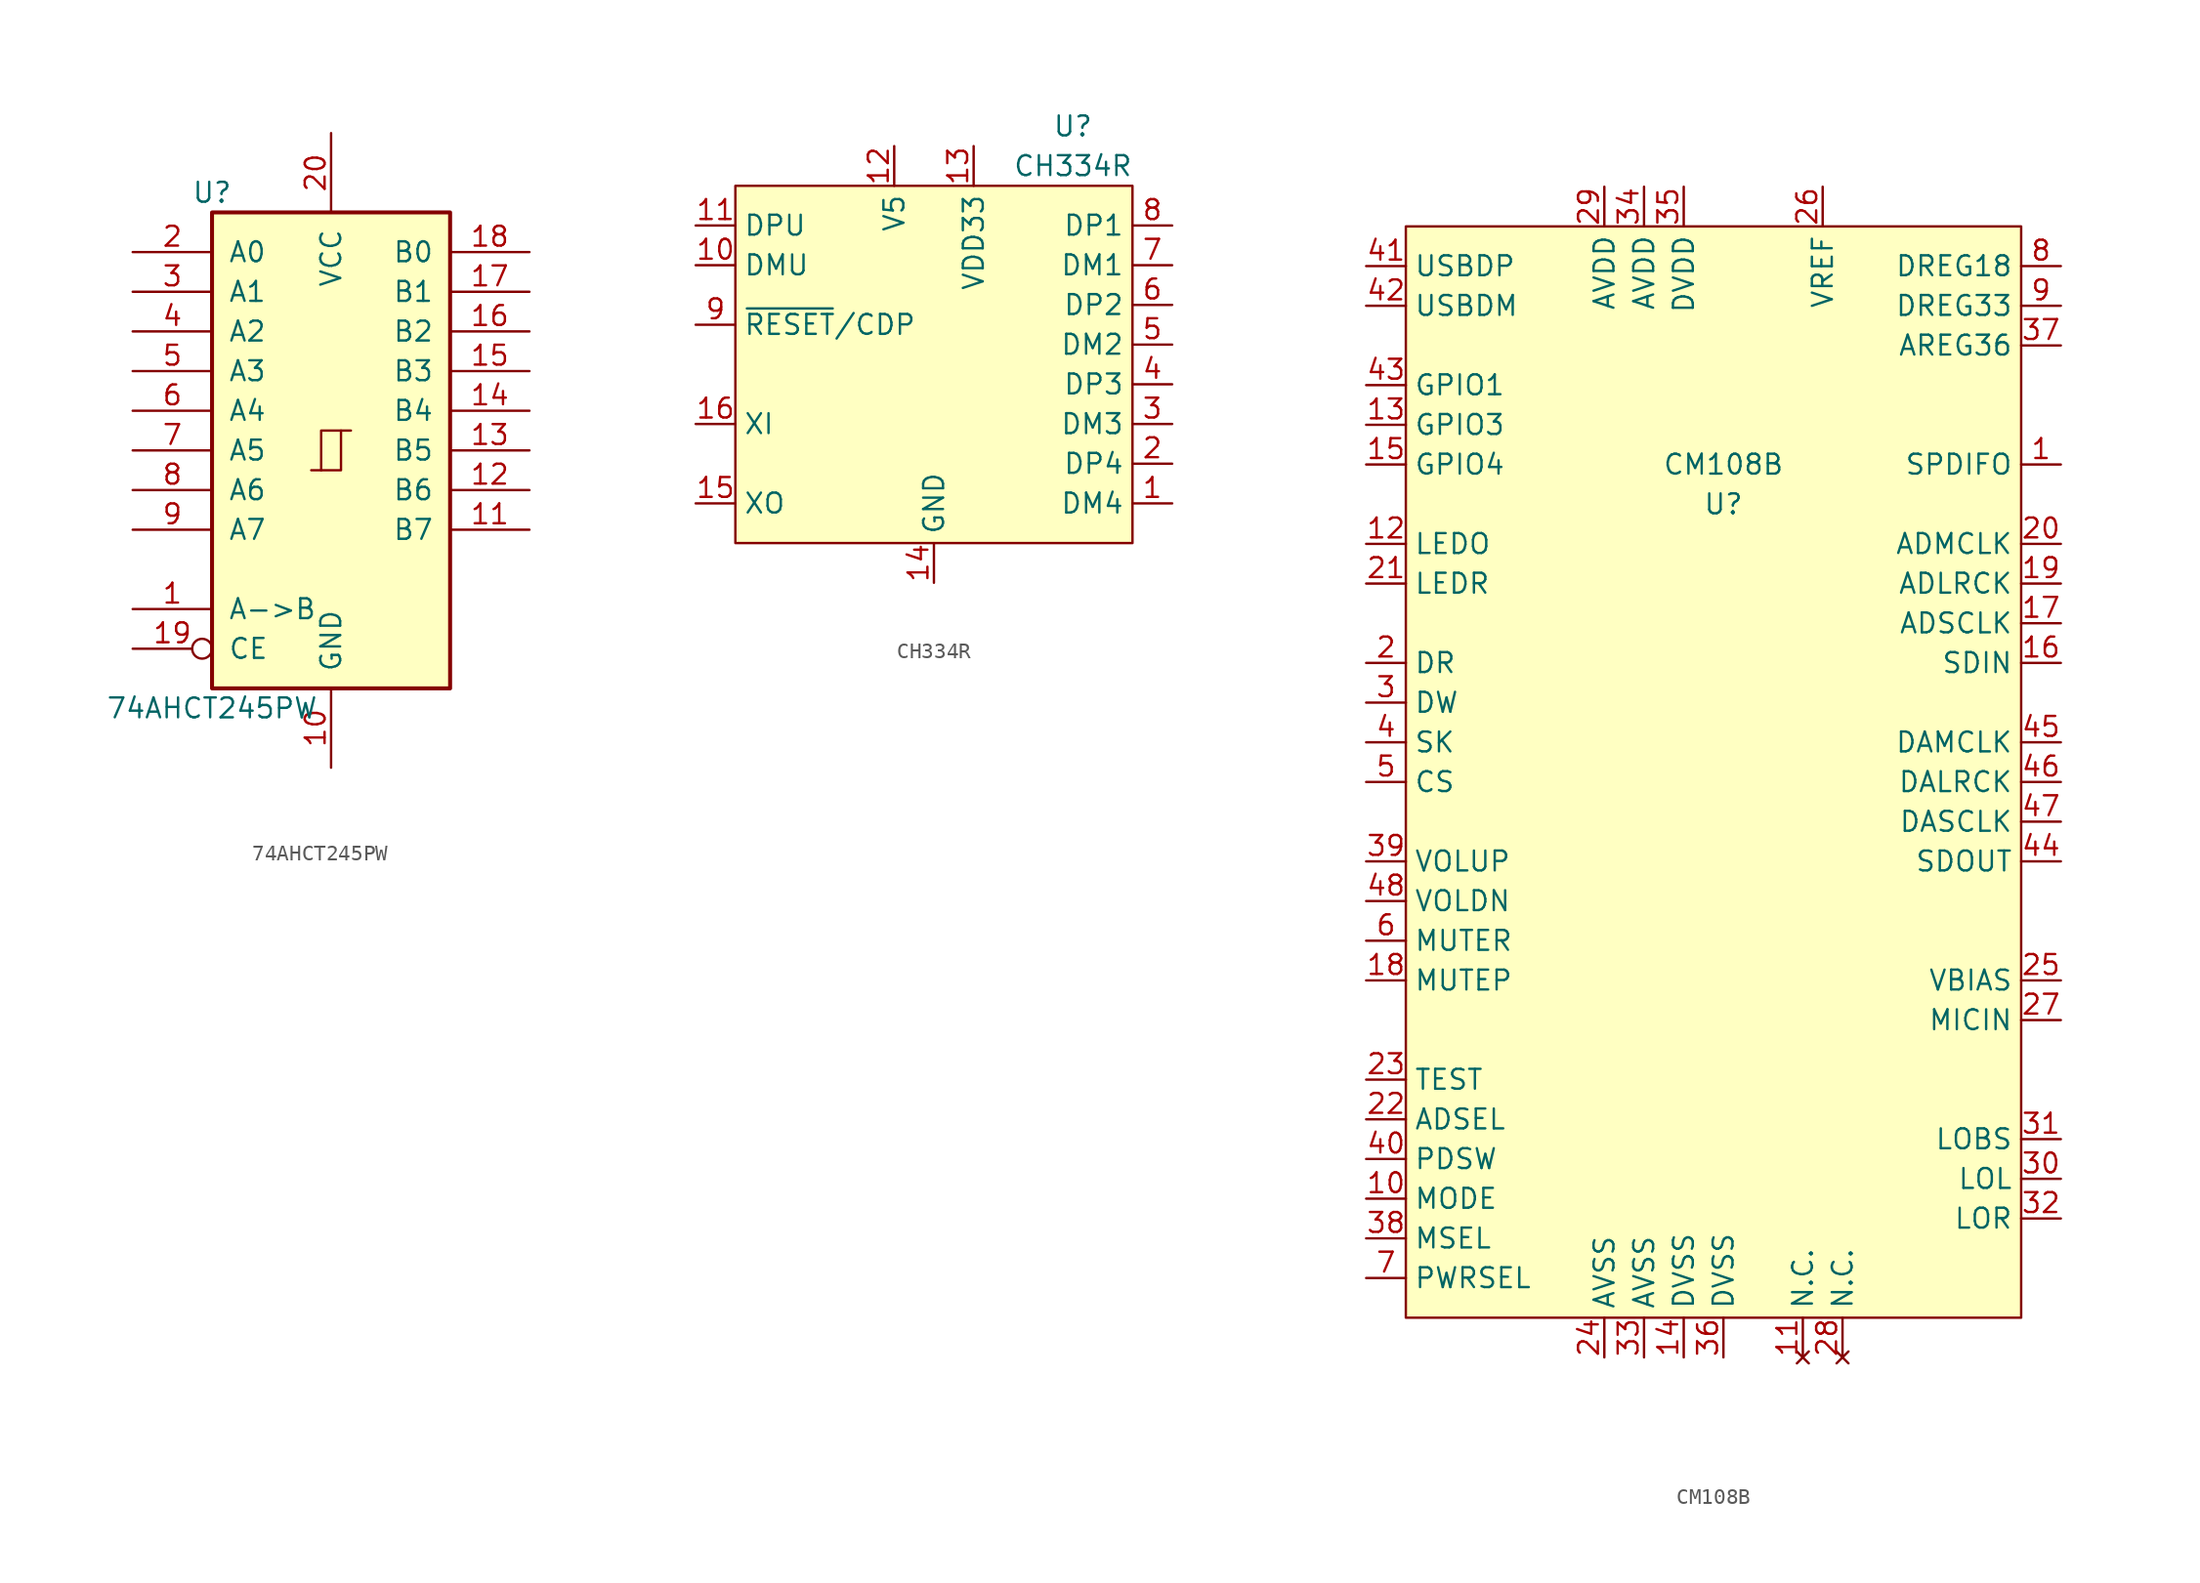
<source format=kicad_sym>
(kicad_symbol_lib
  (version 20220914)
  (generator kicad_symbol_editor)
  (symbol "74AHCT245PW"
    (pin_names
      (offset 1.016))
    (property "Reference" "U"
      (at -7.62 16.51 0)
      (effects (font (size 1.27 1.27))))
    (property "Value" "74AHCT245PW"
      (at -7.62 -16.51 0)
      (effects (font (size 1.27 1.27))))
    (symbol "74AHCT245PW_1_0"
      (polyline (pts (xy -0.635 -1.27) (xy -0.635 1.27) (xy 0.635 1.27)) (stroke (width 0) (type default)) (fill (type none)))
      (polyline (pts (xy -1.27 -1.27) (xy 0.635 -1.27) (xy 0.635 1.27) (xy 1.27 1.27)) (stroke (width 0) (type default)) (fill (type none)))
      (pin input line (at -12.7 -10.16 0) (length 5.08) (name "A->B" (effects (font (size 1.27 1.27)))) (number "1" (effects (font (size 1.27 1.27)))))
      (pin power_in line (at 0 -20.32 90) (length 5.08) (name "GND" (effects (font (size 1.27 1.27)))) (number "10" (effects (font (size 1.27 1.27)))))
      (pin tri_state line (at 12.7 -5.08 180) (length 5.08) (name "B7" (effects (font (size 1.27 1.27)))) (number "11" (effects (font (size 1.27 1.27)))))
      (pin tri_state line (at 12.7 -2.54 180) (length 5.08) (name "B6" (effects (font (size 1.27 1.27)))) (number "12" (effects (font (size 1.27 1.27)))))
      (pin tri_state line (at 12.7 0 180) (length 5.08) (name "B5" (effects (font (size 1.27 1.27)))) (number "13" (effects (font (size 1.27 1.27)))))
      (pin tri_state line (at 12.7 2.54 180) (length 5.08) (name "B4" (effects (font (size 1.27 1.27)))) (number "14" (effects (font (size 1.27 1.27)))))
      (pin tri_state line (at 12.7 5.08 180) (length 5.08) (name "B3" (effects (font (size 1.27 1.27)))) (number "15" (effects (font (size 1.27 1.27)))))
      (pin tri_state line (at 12.7 7.62 180) (length 5.08) (name "B2" (effects (font (size 1.27 1.27)))) (number "16" (effects (font (size 1.27 1.27)))))
      (pin tri_state line (at 12.7 10.16 180) (length 5.08) (name "B1" (effects (font (size 1.27 1.27)))) (number "17" (effects (font (size 1.27 1.27)))))
      (pin tri_state line (at 12.7 12.7 180) (length 5.08) (name "B0" (effects (font (size 1.27 1.27)))) (number "18" (effects (font (size 1.27 1.27)))))
      (pin input inverted (at -12.7 -12.7 0) (length 5.08) (name "CE" (effects (font (size 1.27 1.27)))) (number "19" (effects (font (size 1.27 1.27)))))
      (pin tri_state line (at -12.7 12.7 0) (length 5.08) (name "A0" (effects (font (size 1.27 1.27)))) (number "2" (effects (font (size 1.27 1.27)))))
      (pin power_in line (at 0 20.32 270) (length 5.08) (name "VCC" (effects (font (size 1.27 1.27)))) (number "20" (effects (font (size 1.27 1.27)))))
      (pin tri_state line (at -12.7 10.16 0) (length 5.08) (name "A1" (effects (font (size 1.27 1.27)))) (number "3" (effects (font (size 1.27 1.27)))))
      (pin tri_state line (at -12.7 7.62 0) (length 5.08) (name "A2" (effects (font (size 1.27 1.27)))) (number "4" (effects (font (size 1.27 1.27)))))
      (pin tri_state line (at -12.7 5.08 0) (length 5.08) (name "A3" (effects (font (size 1.27 1.27)))) (number "5" (effects (font (size 1.27 1.27)))))
      (pin tri_state line (at -12.7 2.54 0) (length 5.08) (name "A4" (effects (font (size 1.27 1.27)))) (number "6" (effects (font (size 1.27 1.27)))))
      (pin tri_state line (at -12.7 0 0) (length 5.08) (name "A5" (effects (font (size 1.27 1.27)))) (number "7" (effects (font (size 1.27 1.27)))))
      (pin tri_state line (at -12.7 -2.54 0) (length 5.08) (name "A6" (effects (font (size 1.27 1.27)))) (number "8" (effects (font (size 1.27 1.27)))))
      (pin tri_state line (at -12.7 -5.08 0) (length 5.08) (name "A7" (effects (font (size 1.27 1.27)))) (number "9" (effects (font (size 1.27 1.27))))))
    (symbol "74AHCT245PW_1_1"
      (rectangle (start -7.62 15.24) (end 7.62 -15.24) (stroke (width 0.254) (type default)) (fill (type background)))))
  (symbol "CH334R"
    (property "Reference" "U"
      (at 8.89 15.24 0)
      (effects (font (size 1.27 1.27))))
    (property "Value" "CH334R"
      (at 8.89 12.7 0)
      (effects (font (size 1.27 1.27))))
    (symbol "CH334R_0_1"
      (rectangle (start -12.7 11.43) (end 12.7 -11.43) (stroke (width 0) (type default)) (fill (type background)))
      (pin unspecified line (at 15.24 -8.89 180) (length 2.54) (name "DM4" (effects (font (size 1.27 1.27)))) (number "1" (effects (font (size 1.27 1.27)))))
      (pin unspecified line (at -15.24 6.35 0) (length 2.54) (name "DMU" (effects (font (size 1.27 1.27)))) (number "10" (effects (font (size 1.27 1.27)))))
      (pin unspecified line (at -15.24 8.89 0) (length 2.54) (name "DPU" (effects (font (size 1.27 1.27)))) (number "11" (effects (font (size 1.27 1.27)))))
      (pin unspecified line (at -2.54 13.97 270) (length 2.54) (name "V5" (effects (font (size 1.27 1.27)))) (number "12" (effects (font (size 1.27 1.27)))))
      (pin unspecified line (at 2.54 13.97 270) (length 2.54) (name "VDD33" (effects (font (size 1.27 1.27)))) (number "13" (effects (font (size 1.27 1.27)))))
      (pin unspecified line (at 0 -13.97 90) (length 2.54) (name "GND" (effects (font (size 1.27 1.27)))) (number "14" (effects (font (size 1.27 1.27)))))
      (pin unspecified line (at -15.24 -8.89 0) (length 2.54) (name "XO" (effects (font (size 1.27 1.27)))) (number "15" (effects (font (size 1.27 1.27)))))
      (pin unspecified line (at -15.24 -3.81 0) (length 2.54) (name "XI" (effects (font (size 1.27 1.27)))) (number "16" (effects (font (size 1.27 1.27)))))
      (pin unspecified line (at 15.24 -6.35 180) (length 2.54) (name "DP4" (effects (font (size 1.27 1.27)))) (number "2" (effects (font (size 1.27 1.27)))))
      (pin unspecified line (at 15.24 -3.81 180) (length 2.54) (name "DM3" (effects (font (size 1.27 1.27)))) (number "3" (effects (font (size 1.27 1.27)))))
      (pin unspecified line (at 15.24 -1.27 180) (length 2.54) (name "DP3" (effects (font (size 1.27 1.27)))) (number "4" (effects (font (size 1.27 1.27)))))
      (pin unspecified line (at 15.24 1.27 180) (length 2.54) (name "DM2" (effects (font (size 1.27 1.27)))) (number "5" (effects (font (size 1.27 1.27)))))
      (pin unspecified line (at 15.24 3.81 180) (length 2.54) (name "DP2" (effects (font (size 1.27 1.27)))) (number "6" (effects (font (size 1.27 1.27)))))
      (pin unspecified line (at 15.24 6.35 180) (length 2.54) (name "DM1" (effects (font (size 1.27 1.27)))) (number "7" (effects (font (size 1.27 1.27)))))
      (pin unspecified line (at 15.24 8.89 180) (length 2.54) (name "DP1" (effects (font (size 1.27 1.27)))) (number "8" (effects (font (size 1.27 1.27)))))
      (pin unspecified line (at -15.24 2.54 0) (length 2.54) (name "~{RESET}/CDP" (effects (font (size 1.27 1.27)))) (number "9" (effects (font (size 1.27 1.27)))))))
  (symbol "CM108B"
    (property "Reference" "U"
      (at 0 -5.08 0)
      (effects (font (size 1.27 1.27))))
    (property "Value" "CM108B"
      (at 0 -2.54 0)
      (effects (font (size 1.27 1.27))))
    (symbol "CM108B_0_0"
      (pin output line (at 21.59 -2.54 180) (length 2.54) (name "SPDIFO" (effects (font (size 1.27 1.27)))) (number "1" (effects (font (size 1.27 1.27)))))
      (pin input line (at -22.86 -49.53 0) (length 2.54) (name "MODE" (effects (font (size 1.27 1.27)))) (number "10" (effects (font (size 1.27 1.27)))))
      (pin no_connect line (at 5.08 -59.69 90) (length 2.54) (name "N.C." (effects (font (size 1.27 1.27)))) (number "11" (effects (font (size 1.27 1.27)))))
      (pin output line (at -22.86 -7.62 0) (length 2.54) (name "LEDO" (effects (font (size 1.27 1.27)))) (number "12" (effects (font (size 1.27 1.27)))))
      (pin bidirectional line (at -22.86 0 0) (length 2.54) (name "GPIO3" (effects (font (size 1.27 1.27)))) (number "13" (effects (font (size 1.27 1.27)))))
      (pin input line (at -2.54 -59.69 90) (length 2.54) (name "DVSS" (effects (font (size 1.27 1.27)))) (number "14" (effects (font (size 1.27 1.27)))))
      (pin bidirectional line (at -22.86 -2.54 0) (length 2.54) (name "GPIO4" (effects (font (size 1.27 1.27)))) (number "15" (effects (font (size 1.27 1.27)))))
      (pin bidirectional line (at 21.59 -15.24 180) (length 2.54) (name "SDIN" (effects (font (size 1.27 1.27)))) (number "16" (effects (font (size 1.27 1.27)))))
      (pin output line (at 21.59 -12.7 180) (length 2.54) (name "ADSCLK" (effects (font (size 1.27 1.27)))) (number "17" (effects (font (size 1.27 1.27)))))
      (pin input line (at -22.86 -35.56 0) (length 2.54) (name "MUTEP" (effects (font (size 1.27 1.27)))) (number "18" (effects (font (size 1.27 1.27)))))
      (pin output line (at 21.59 -10.16 180) (length 2.54) (name "ADLRCK" (effects (font (size 1.27 1.27)))) (number "19" (effects (font (size 1.27 1.27)))))
      (pin input line (at -22.86 -15.24 0) (length 2.54) (name "DR" (effects (font (size 1.27 1.27)))) (number "2" (effects (font (size 1.27 1.27)))))
      (pin output line (at 21.59 -7.62 180) (length 2.54) (name "ADMCLK" (effects (font (size 1.27 1.27)))) (number "20" (effects (font (size 1.27 1.27)))))
      (pin output line (at -22.86 -10.16 0) (length 2.54) (name "LEDR" (effects (font (size 1.27 1.27)))) (number "21" (effects (font (size 1.27 1.27)))))
      (pin input line (at -22.86 -44.45 0) (length 2.54) (name "ADSEL" (effects (font (size 1.27 1.27)))) (number "22" (effects (font (size 1.27 1.27)))))
      (pin input line (at -22.86 -41.91 0) (length 2.54) (name "TEST" (effects (font (size 1.27 1.27)))) (number "23" (effects (font (size 1.27 1.27)))))
      (pin power_in line (at -7.62 -59.69 90) (length 2.54) (name "AVSS" (effects (font (size 1.27 1.27)))) (number "24" (effects (font (size 1.27 1.27)))))
      (pin power_out line (at 21.59 -35.56 180) (length 2.54) (name "VBIAS" (effects (font (size 1.27 1.27)))) (number "25" (effects (font (size 1.27 1.27)))))
      (pin power_out line (at 6.35 15.24 270) (length 2.54) (name "VREF" (effects (font (size 1.27 1.27)))) (number "26" (effects (font (size 1.27 1.27)))))
      (pin input line (at 21.59 -38.1 180) (length 2.54) (name "MICIN" (effects (font (size 1.27 1.27)))) (number "27" (effects (font (size 1.27 1.27)))))
      (pin no_connect line (at 7.62 -59.69 90) (length 2.54) (name "N.C." (effects (font (size 1.27 1.27)))) (number "28" (effects (font (size 1.27 1.27)))))
      (pin power_in line (at -7.62 15.24 270) (length 2.54) (name "AVDD" (effects (font (size 1.27 1.27)))) (number "29" (effects (font (size 1.27 1.27)))))
      (pin output line (at -22.86 -17.78 0) (length 2.54) (name "DW" (effects (font (size 1.27 1.27)))) (number "3" (effects (font (size 1.27 1.27)))))
      (pin output line (at 21.59 -48.26 180) (length 2.54) (name "LOL" (effects (font (size 1.27 1.27)))) (number "30" (effects (font (size 1.27 1.27)))))
      (pin power_out line (at 21.59 -45.72 180) (length 2.54) (name "LOBS" (effects (font (size 1.27 1.27)))) (number "31" (effects (font (size 1.27 1.27)))))
      (pin output line (at 21.59 -50.8 180) (length 2.54) (name "LOR" (effects (font (size 1.27 1.27)))) (number "32" (effects (font (size 1.27 1.27)))))
      (pin power_in line (at -5.08 -59.69 90) (length 2.54) (name "AVSS" (effects (font (size 1.27 1.27)))) (number "33" (effects (font (size 1.27 1.27)))))
      (pin power_in line (at -5.08 15.24 270) (length 2.54) (name "AVDD" (effects (font (size 1.27 1.27)))) (number "34" (effects (font (size 1.27 1.27)))))
      (pin power_in line (at 0 -59.69 90) (length 2.54) (name "DVSS" (effects (font (size 1.27 1.27)))) (number "36" (effects (font (size 1.27 1.27)))))
      (pin power_out line (at 21.59 5.08 180) (length 2.54) (name "AREG36" (effects (font (size 1.27 1.27)))) (number "37" (effects (font (size 1.27 1.27)))))
      (pin input line (at -22.86 -52.07 0) (length 2.54) (name "MSEL" (effects (font (size 1.27 1.27)))) (number "38" (effects (font (size 1.27 1.27)))))
      (pin input line (at -22.86 -27.94 0) (length 2.54) (name "VOLUP" (effects (font (size 1.27 1.27)))) (number "39" (effects (font (size 1.27 1.27)))))
      (pin output line (at -22.86 -20.32 0) (length 2.54) (name "SK" (effects (font (size 1.27 1.27)))) (number "4" (effects (font (size 1.27 1.27)))))
      (pin output line (at -22.86 -46.99 0) (length 2.54) (name "PDSW" (effects (font (size 1.27 1.27)))) (number "40" (effects (font (size 1.27 1.27)))))
      (pin bidirectional line (at -22.86 10.16 0) (length 2.54) (name "USBDP" (effects (font (size 1.27 1.27)))) (number "41" (effects (font (size 1.27 1.27)))))
      (pin bidirectional line (at -22.86 7.62 0) (length 2.54) (name "USBDM" (effects (font (size 1.27 1.27)))) (number "42" (effects (font (size 1.27 1.27)))))
      (pin bidirectional line (at -22.86 2.54 0) (length 2.54) (name "GPIO1" (effects (font (size 1.27 1.27)))) (number "43" (effects (font (size 1.27 1.27)))))
      (pin output line (at 21.59 -27.94 180) (length 2.54) (name "SDOUT" (effects (font (size 1.27 1.27)))) (number "44" (effects (font (size 1.27 1.27)))))
      (pin output line (at 21.59 -20.32 180) (length 2.54) (name "DAMCLK" (effects (font (size 1.27 1.27)))) (number "45" (effects (font (size 1.27 1.27)))))
      (pin output line (at 21.59 -22.86 180) (length 2.54) (name "DALRCK" (effects (font (size 1.27 1.27)))) (number "46" (effects (font (size 1.27 1.27)))))
      (pin output line (at 21.59 -25.4 180) (length 2.54) (name "DASCLK" (effects (font (size 1.27 1.27)))) (number "47" (effects (font (size 1.27 1.27)))))
      (pin input line (at -22.86 -30.48 0) (length 2.54) (name "VOLDN" (effects (font (size 1.27 1.27)))) (number "48" (effects (font (size 1.27 1.27)))))
      (pin output line (at -22.86 -22.86 0) (length 2.54) (name "CS" (effects (font (size 1.27 1.27)))) (number "5" (effects (font (size 1.27 1.27)))))
      (pin input line (at -22.86 -33.02 0) (length 2.54) (name "MUTER" (effects (font (size 1.27 1.27)))) (number "6" (effects (font (size 1.27 1.27)))))
      (pin input line (at -22.86 -54.61 0) (length 2.54) (name "PWRSEL" (effects (font (size 1.27 1.27)))) (number "7" (effects (font (size 1.27 1.27)))))
      (pin power_out line (at 21.59 10.16 180) (length 2.54) (name "DREG18" (effects (font (size 1.27 1.27)))) (number "8" (effects (font (size 1.27 1.27)))))
      (pin power_out line (at 21.59 7.62 180) (length 2.54) (name "DREG33" (effects (font (size 1.27 1.27)))) (number "9" (effects (font (size 1.27 1.27))))))
    (symbol "CM108B_1_0"
      (pin power_in line (at -2.54 15.24 270) (length 2.54) (name "DVDD" (effects (font (size 1.27 1.27)))) (number "35" (effects (font (size 1.27 1.27))))))
    (symbol "CM108B_1_1"
      (rectangle (start -20.32 12.7) (end 19.05 -57.15) (stroke (width 0) (type default)) (fill (type background))))))
</source>
